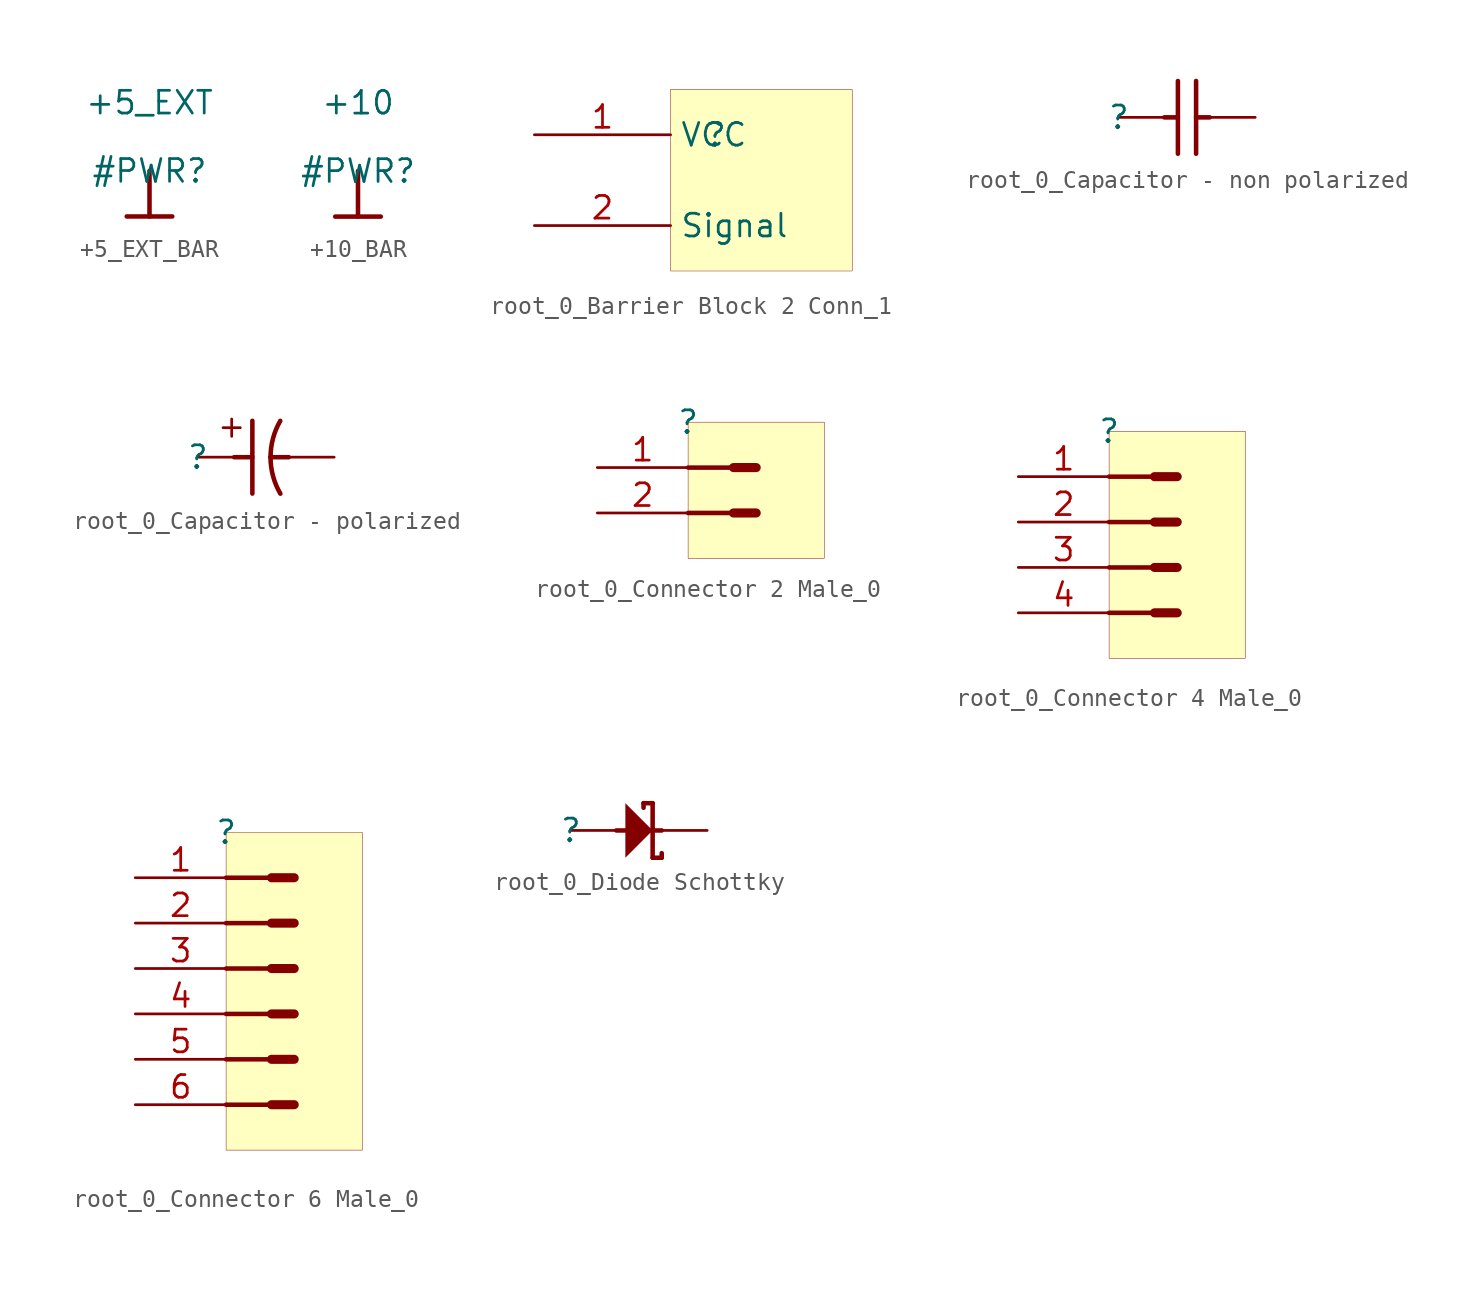
<source format=kicad_sym>
(kicad_symbol_lib
  (version 20231120)
  (generator "kicad_symbol_editor")
  (generator_version "8.0")
  (symbol "+5_EXT_BAR"
    (power)
    (property "Reference" "#PWR"
      (at 0 0 0)
      (effects (font (size 1.27 1.27))))
    (property "Value" "+5_EXT"
      (at 0 3.81 0)
      (effects (font (size 1.27 1.27))))
    (symbol "+5_EXT_BAR_0_0"
      (polyline (pts (xy -1.27 -2.54) (xy 1.27 -2.54)) (stroke (width 0.254) (type solid)) (fill (type none)))
      (polyline (pts (xy 0 0) (xy 0 -2.54)) (stroke (width 0.254) (type solid)) (fill (type none)))
      (pin power_in line (at 0 0 0) (length 0) hide (name "+5_EXT" (effects (font (size 1.27 1.27)))) (number "" (effects (font (size 1.27 1.27)))))))
  (symbol "+10_BAR"
    (power)
    (property "Reference" "#PWR"
      (at 0 0 0)
      (effects (font (size 1.27 1.27))))
    (property "Value" "+10"
      (at 0 3.81 0)
      (effects (font (size 1.27 1.27))))
    (symbol "+10_BAR_0_0"
      (polyline (pts (xy -1.27 -2.54) (xy 1.27 -2.54)) (stroke (width 0.254) (type solid)) (fill (type none)))
      (polyline (pts (xy 0 0) (xy 0 -2.54)) (stroke (width 0.254) (type solid)) (fill (type none)))
      (pin power_in line (at 0 0 0) (length 0) hide (name "+10" (effects (font (size 1.27 1.27)))) (number "" (effects (font (size 1.27 1.27)))))))
  (symbol "root_0_Barrier Block 2 Conn_1"
    (property "Reference" ""
      (at 0 0 0)
      (effects (font (size 1.27 1.27))))
    (property "Value" ""
      (at 0 0 0)
      (effects (font (size 1.27 1.27))))
    (symbol "root_0_Barrier Block 2 Conn_1_1_0"
      (rectangle (start 7.62 2.54) (end -2.54 -7.62) (stroke (width 0.025) (type solid) (color 128 0 0 1)) (fill (type background)))
      (pin passive line (at -10.16 0 0) (length 7.62) (name "VCC" (effects (font (size 1.27 1.27)))) (number "1" (effects (font (size 1.27 1.27)))))
      (pin passive line (at -10.16 -5.08 0) (length 7.62) (name "Signal" (effects (font (size 1.27 1.27)))) (number "2" (effects (font (size 1.27 1.27)))))))
  (symbol "root_0_Capacitor - non polarized"
    (property "Reference" ""
      (at 0 0 0)
      (effects (font (size 1.27 1.27))))
    (property "Value" ""
      (at 0 0 0)
      (effects (font (size 1.27 1.27))))
    (symbol "root_0_Capacitor - non polarized_1_0"
      (polyline (pts (xy 2.54 0) (xy 3.302 0)) (stroke (width 0.254) (type solid)) (fill (type none)))
      (polyline (pts (xy 3.302 -2.032) (xy 3.302 2.032)) (stroke (width 0.254) (type solid)) (fill (type none)))
      (polyline (pts (xy 4.318 2.032) (xy 4.318 -2.032)) (stroke (width 0.254) (type solid)) (fill (type none)))
      (polyline (pts (xy 5.08 0) (xy 4.318 0)) (stroke (width 0.254) (type solid)) (fill (type none)))
      (pin passive line (at 0 0 0) (length 2.54) (name "1" (effects (font (size 0 0)))) (number "1" (effects (font (size 0 0)))))
      (pin passive line (at 7.62 0 180) (length 2.54) (name "2" (effects (font (size 0 0)))) (number "2" (effects (font (size 0 0)))))))
  (symbol "root_0_Capacitor - polarized"
    (property "Reference" ""
      (at 0 0 0)
      (effects (font (size 1.27 1.27))))
    (property "Value" ""
      (at 0 0 0)
      (effects (font (size 1.27 1.27))))
    (symbol "root_0_Capacitor - polarized_1_0"
      (polyline (pts (xy 2.032 0) (xy 3.048 0)) (stroke (width 0.254) (type solid)) (fill (type none)))
      (polyline (pts (xy 3.048 2.032) (xy 3.048 -2.032)) (stroke (width 0.254) (type solid)) (fill (type none)))
      (polyline (pts (xy 4.064 0) (xy 5.08 0)) (stroke (width 0.254) (type solid)) (fill (type none)))
      (arc (start 4.064 0) (mid 4.2034 -1.0553) (end 4.6121 -2.0382) (stroke (width 0.254) (type solid)) (fill (type none)))
      (arc (start 4.6072 2.0298) (mid 4.2021 1.0506) (end 4.064 -0.0001) (stroke (width 0.254) (type solid)) (fill (type none)))
      (text "+" (at 2.54 0.762 900) (effects (font (size 1.27 1.27)) (justify left bottom)))
      (pin passive line (at 0 0 0) (length 2.54) (name "1" (effects (font (size 0 0)))) (number "1" (effects (font (size 0 0)))))
      (pin passive line (at 7.62 0 180) (length 2.54) (name "2" (effects (font (size 0 0)))) (number "2" (effects (font (size 0 0)))))))
  (symbol "root_0_Connector 2 Male_0"
    (property "Reference" ""
      (at 0 0 0)
      (effects (font (size 1.27 1.27))))
    (property "Value" ""
      (at 0 0 0)
      (effects (font (size 1.27 1.27))))
    (symbol "root_0_Connector 2 Male_0_1_0"
      (polyline (pts (xy 0 -5.08) (xy 2.54 -5.08)) (stroke (width 0.254) (type solid)) (fill (type none)))
      (polyline (pts (xy 0 -2.54) (xy 2.54 -2.54)) (stroke (width 0.254) (type solid)) (fill (type none)))
      (polyline (pts (xy 3.81 -5.08) (xy 2.54 -5.08)) (stroke (width 0.508) (type solid)) (fill (type none)))
      (polyline (pts (xy 3.81 -2.54) (xy 2.54 -2.54)) (stroke (width 0.508) (type solid)) (fill (type none)))
      (rectangle (start 7.62 0) (end 0 -7.62) (stroke (width 0.025) (type solid) (color 128 0 0 1)) (fill (type background)))
      (pin bidirectional line (at -5.08 -2.54 0) (length 5.08) (name "1" (effects (font (size 0 0)))) (number "1" (effects (font (size 1.27 1.27)))))
      (pin bidirectional line (at -5.08 -5.08 0) (length 5.08) (name "2" (effects (font (size 0 0)))) (number "2" (effects (font (size 1.27 1.27)))))))
  (symbol "root_0_Connector 4 Male_0"
    (property "Reference" ""
      (at 0 0 0)
      (effects (font (size 1.27 1.27))))
    (property "Value" ""
      (at 0 0 0)
      (effects (font (size 1.27 1.27))))
    (symbol "root_0_Connector 4 Male_0_1_0"
      (polyline (pts (xy 0 -10.16) (xy 2.54 -10.16)) (stroke (width 0.254) (type solid)) (fill (type none)))
      (polyline (pts (xy 0 -7.62) (xy 2.54 -7.62)) (stroke (width 0.254) (type solid)) (fill (type none)))
      (polyline (pts (xy 0 -5.08) (xy 2.54 -5.08)) (stroke (width 0.254) (type solid)) (fill (type none)))
      (polyline (pts (xy 0 -2.54) (xy 2.54 -2.54)) (stroke (width 0.254) (type solid)) (fill (type none)))
      (polyline (pts (xy 3.81 -10.16) (xy 2.54 -10.16)) (stroke (width 0.508) (type solid)) (fill (type none)))
      (polyline (pts (xy 3.81 -7.62) (xy 2.54 -7.62)) (stroke (width 0.508) (type solid)) (fill (type none)))
      (polyline (pts (xy 3.81 -5.08) (xy 2.54 -5.08)) (stroke (width 0.508) (type solid)) (fill (type none)))
      (polyline (pts (xy 3.81 -2.54) (xy 2.54 -2.54)) (stroke (width 0.508) (type solid)) (fill (type none)))
      (rectangle (start 7.62 0) (end 0 -12.7) (stroke (width 0.025) (type solid) (color 128 0 0 1)) (fill (type background)))
      (pin bidirectional line (at -5.08 -2.54 0) (length 5.08) (name "1" (effects (font (size 0 0)))) (number "1" (effects (font (size 1.27 1.27)))))
      (pin bidirectional line (at -5.08 -5.08 0) (length 5.08) (name "2" (effects (font (size 0 0)))) (number "2" (effects (font (size 1.27 1.27)))))
      (pin bidirectional line (at -5.08 -7.62 0) (length 5.08) (name "3" (effects (font (size 0 0)))) (number "3" (effects (font (size 1.27 1.27)))))
      (pin bidirectional line (at -5.08 -10.16 0) (length 5.08) (name "4" (effects (font (size 0 0)))) (number "4" (effects (font (size 1.27 1.27)))))))
  (symbol "root_0_Connector 6 Male_0"
    (property "Reference" ""
      (at 0 0 0)
      (effects (font (size 1.27 1.27))))
    (property "Value" ""
      (at 0 0 0)
      (effects (font (size 1.27 1.27))))
    (symbol "root_0_Connector 6 Male_0_1_0"
      (polyline (pts (xy 0 -15.24) (xy 2.54 -15.24)) (stroke (width 0.254) (type solid)) (fill (type none)))
      (polyline (pts (xy 0 -12.7) (xy 2.54 -12.7)) (stroke (width 0.254) (type solid)) (fill (type none)))
      (polyline (pts (xy 0 -10.16) (xy 2.54 -10.16)) (stroke (width 0.254) (type solid)) (fill (type none)))
      (polyline (pts (xy 0 -7.62) (xy 2.54 -7.62)) (stroke (width 0.254) (type solid)) (fill (type none)))
      (polyline (pts (xy 0 -5.08) (xy 2.54 -5.08)) (stroke (width 0.254) (type solid)) (fill (type none)))
      (polyline (pts (xy 0 -2.54) (xy 2.54 -2.54)) (stroke (width 0.254) (type solid)) (fill (type none)))
      (polyline (pts (xy 3.81 -15.24) (xy 2.54 -15.24)) (stroke (width 0.508) (type solid)) (fill (type none)))
      (polyline (pts (xy 3.81 -12.7) (xy 2.54 -12.7)) (stroke (width 0.508) (type solid)) (fill (type none)))
      (polyline (pts (xy 3.81 -10.16) (xy 2.54 -10.16)) (stroke (width 0.508) (type solid)) (fill (type none)))
      (polyline (pts (xy 3.81 -7.62) (xy 2.54 -7.62)) (stroke (width 0.508) (type solid)) (fill (type none)))
      (polyline (pts (xy 3.81 -5.08) (xy 2.54 -5.08)) (stroke (width 0.508) (type solid)) (fill (type none)))
      (polyline (pts (xy 3.81 -2.54) (xy 2.54 -2.54)) (stroke (width 0.508) (type solid)) (fill (type none)))
      (rectangle (start 7.62 0) (end 0 -17.78) (stroke (width 0.025) (type solid) (color 128 0 0 1)) (fill (type background)))
      (pin bidirectional line (at -5.08 -2.54 0) (length 5.08) (name "1" (effects (font (size 0 0)))) (number "1" (effects (font (size 1.27 1.27)))))
      (pin bidirectional line (at -5.08 -5.08 0) (length 5.08) (name "2" (effects (font (size 0 0)))) (number "2" (effects (font (size 1.27 1.27)))))
      (pin bidirectional line (at -5.08 -7.62 0) (length 5.08) (name "3" (effects (font (size 0 0)))) (number "3" (effects (font (size 1.27 1.27)))))
      (pin bidirectional line (at -5.08 -10.16 0) (length 5.08) (name "4" (effects (font (size 0 0)))) (number "4" (effects (font (size 1.27 1.27)))))
      (pin bidirectional line (at -5.08 -12.7 0) (length 5.08) (name "5" (effects (font (size 0 0)))) (number "5" (effects (font (size 1.27 1.27)))))
      (pin bidirectional line (at -5.08 -15.24 0) (length 5.08) (name "6" (effects (font (size 0 0)))) (number "6" (effects (font (size 1.27 1.27)))))))
  (symbol "root_0_Diode Schottky"
    (property "Reference" ""
      (at 0 0 0)
      (effects (font (size 1.27 1.27))))
    (property "Value" ""
      (at 0 0 0)
      (effects (font (size 1.27 1.27))))
    (symbol "root_0_Diode Schottky_1_0"
      (polyline (pts (xy 2.54 0) (xy 5.08 0)) (stroke (width 0.254) (type solid)) (fill (type none)))
      (polyline (pts (xy 4.064 1.524) (xy 4.064 1.27)) (stroke (width 0.254) (type solid)) (fill (type none)))
      (polyline (pts (xy 4.572 1.524) (xy 4.064 1.524)) (stroke (width 0.254) (type solid)) (fill (type none)))
      (polyline (pts (xy 4.572 1.524) (xy 4.572 -1.524)) (stroke (width 0.254) (type solid)) (fill (type none)))
      (polyline (pts (xy 5.08 -1.524) (xy 4.572 -1.524)) (stroke (width 0.254) (type solid)) (fill (type none)))
      (polyline (pts (xy 5.08 -1.27) (xy 5.08 -1.524)) (stroke (width 0.254) (type solid)) (fill (type none)))
      (polyline (pts (xy 3.048 -1.524) (xy 4.572 0) (xy 3.048 1.524) (xy 3.048 -1.524)) (stroke (width -0.0001) (type solid)) (fill (type outline)))
      (pin passive line (at 7.62 0 180) (length 2.54) (name "C" (effects (font (size 0 0)))) (number "1" (effects (font (size 0 0)))))
      (pin passive line (at 0 0 0) (length 2.54) (name "A" (effects (font (size 0 0)))) (number "2" (effects (font (size 0 0))))))))
</source>
